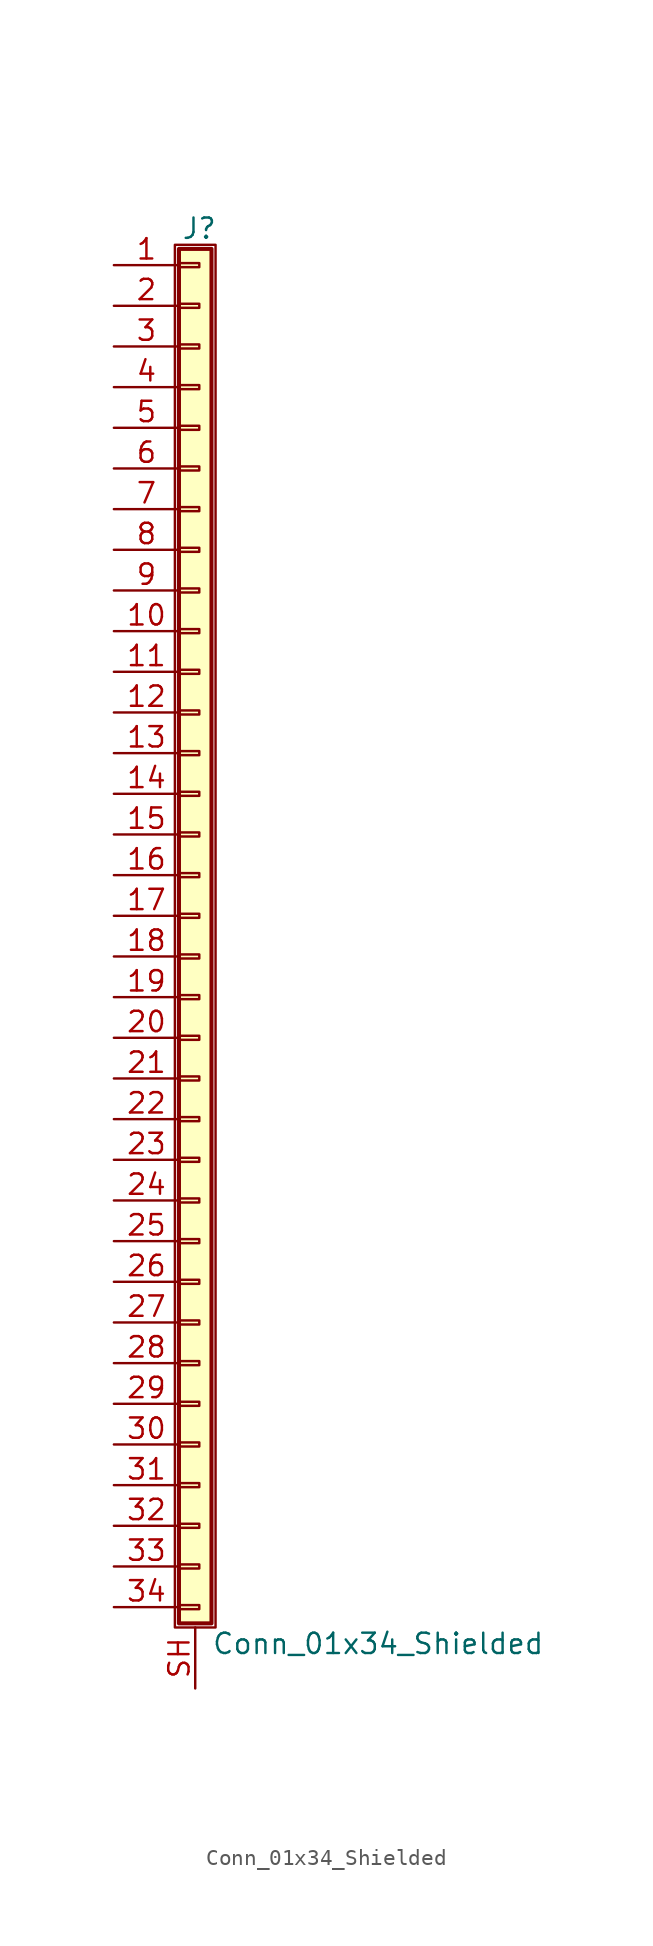
<source format=kicad_sym>
(kicad_symbol_lib
  (version 20220914)
  (generator kicad_symbol_editor)
  (symbol "Conn_01x34_Shielded"
    (pin_names
      (offset 1.016) hide)
    (property "Reference" "J"
      (at 0.254 42.926 0)
      (effects (font (size 1.27 1.27))))
    (property "Value" "Conn_01x34_Shielded"
      (at 1.016 -45.466 0)
      (effects (font (size 1.27 1.27)) (justify left)))
    (symbol "Conn_01x34_Shielded_1_1"
      (rectangle (start -1.27 41.91) (end 1.27 -44.45) (stroke (width 0.152) (type default)) (fill (type none)))
      (rectangle (start -1.016 -43.053) (end 0.254 -43.307) (stroke (width 0.152) (type default)) (fill (type none)))
      (rectangle (start -1.016 -40.513) (end 0.254 -40.767) (stroke (width 0.152) (type default)) (fill (type none)))
      (rectangle (start -1.016 -37.973) (end 0.254 -38.227) (stroke (width 0.152) (type default)) (fill (type none)))
      (rectangle (start -1.016 -35.433) (end 0.254 -35.687) (stroke (width 0.152) (type default)) (fill (type none)))
      (rectangle (start -1.016 -32.893) (end 0.254 -33.147) (stroke (width 0.152) (type default)) (fill (type none)))
      (rectangle (start -1.016 -30.353) (end 0.254 -30.607) (stroke (width 0.152) (type default)) (fill (type none)))
      (rectangle (start -1.016 -27.813) (end 0.254 -28.067) (stroke (width 0.152) (type default)) (fill (type none)))
      (rectangle (start -1.016 -25.273) (end 0.254 -25.527) (stroke (width 0.152) (type default)) (fill (type none)))
      (rectangle (start -1.016 -22.733) (end 0.254 -22.987) (stroke (width 0.152) (type default)) (fill (type none)))
      (rectangle (start -1.016 -20.193) (end 0.254 -20.447) (stroke (width 0.152) (type default)) (fill (type none)))
      (rectangle (start -1.016 -17.653) (end 0.254 -17.907) (stroke (width 0.152) (type default)) (fill (type none)))
      (rectangle (start -1.016 -15.113) (end 0.254 -15.367) (stroke (width 0.152) (type default)) (fill (type none)))
      (rectangle (start -1.016 -12.573) (end 0.254 -12.827) (stroke (width 0.152) (type default)) (fill (type none)))
      (rectangle (start -1.016 -10.033) (end 0.254 -10.287) (stroke (width 0.152) (type default)) (fill (type none)))
      (rectangle (start -1.016 -7.493) (end 0.254 -7.747) (stroke (width 0.152) (type default)) (fill (type none)))
      (rectangle (start -1.016 -4.953) (end 0.254 -5.207) (stroke (width 0.152) (type default)) (fill (type none)))
      (rectangle (start -1.016 -2.413) (end 0.254 -2.667) (stroke (width 0.152) (type default)) (fill (type none)))
      (rectangle (start -1.016 0.127) (end 0.254 -0.127) (stroke (width 0.152) (type default)) (fill (type none)))
      (rectangle (start -1.016 2.667) (end 0.254 2.413) (stroke (width 0.152) (type default)) (fill (type none)))
      (rectangle (start -1.016 5.207) (end 0.254 4.953) (stroke (width 0.152) (type default)) (fill (type none)))
      (rectangle (start -1.016 7.747) (end 0.254 7.493) (stroke (width 0.152) (type default)) (fill (type none)))
      (rectangle (start -1.016 10.287) (end 0.254 10.033) (stroke (width 0.152) (type default)) (fill (type none)))
      (rectangle (start -1.016 12.827) (end 0.254 12.573) (stroke (width 0.152) (type default)) (fill (type none)))
      (rectangle (start -1.016 15.367) (end 0.254 15.113) (stroke (width 0.152) (type default)) (fill (type none)))
      (rectangle (start -1.016 17.907) (end 0.254 17.653) (stroke (width 0.152) (type default)) (fill (type none)))
      (rectangle (start -1.016 20.447) (end 0.254 20.193) (stroke (width 0.152) (type default)) (fill (type none)))
      (rectangle (start -1.016 22.987) (end 0.254 22.733) (stroke (width 0.152) (type default)) (fill (type none)))
      (rectangle (start -1.016 25.527) (end 0.254 25.273) (stroke (width 0.152) (type default)) (fill (type none)))
      (rectangle (start -1.016 28.067) (end 0.254 27.813) (stroke (width 0.152) (type default)) (fill (type none)))
      (rectangle (start -1.016 30.607) (end 0.254 30.353) (stroke (width 0.152) (type default)) (fill (type none)))
      (rectangle (start -1.016 33.147) (end 0.254 32.893) (stroke (width 0.152) (type default)) (fill (type none)))
      (rectangle (start -1.016 35.687) (end 0.254 35.433) (stroke (width 0.152) (type default)) (fill (type none)))
      (rectangle (start -1.016 38.227) (end 0.254 37.973) (stroke (width 0.152) (type default)) (fill (type none)))
      (rectangle (start -1.016 40.767) (end 0.254 40.513) (stroke (width 0.152) (type default)) (fill (type none)))
      (rectangle (start -1.016 41.656) (end 1.016 -44.196) (stroke (width 0.254) (type default)) (fill (type background)))
      (pin passive line (at -5.08 40.64 0) (length 4.064) (name "Pin_1" (effects (font (size 1.27 1.27)))) (number "1" (effects (font (size 1.27 1.27)))))
      (pin passive line (at -5.08 17.78 0) (length 4.064) (name "Pin_10" (effects (font (size 1.27 1.27)))) (number "10" (effects (font (size 1.27 1.27)))))
      (pin passive line (at -5.08 15.24 0) (length 4.064) (name "Pin_11" (effects (font (size 1.27 1.27)))) (number "11" (effects (font (size 1.27 1.27)))))
      (pin passive line (at -5.08 12.7 0) (length 4.064) (name "Pin_12" (effects (font (size 1.27 1.27)))) (number "12" (effects (font (size 1.27 1.27)))))
      (pin passive line (at -5.08 10.16 0) (length 4.064) (name "Pin_13" (effects (font (size 1.27 1.27)))) (number "13" (effects (font (size 1.27 1.27)))))
      (pin passive line (at -5.08 7.62 0) (length 4.064) (name "Pin_14" (effects (font (size 1.27 1.27)))) (number "14" (effects (font (size 1.27 1.27)))))
      (pin passive line (at -5.08 5.08 0) (length 4.064) (name "Pin_15" (effects (font (size 1.27 1.27)))) (number "15" (effects (font (size 1.27 1.27)))))
      (pin passive line (at -5.08 2.54 0) (length 4.064) (name "Pin_16" (effects (font (size 1.27 1.27)))) (number "16" (effects (font (size 1.27 1.27)))))
      (pin passive line (at -5.08 0 0) (length 4.064) (name "Pin_17" (effects (font (size 1.27 1.27)))) (number "17" (effects (font (size 1.27 1.27)))))
      (pin passive line (at -5.08 -2.54 0) (length 4.064) (name "Pin_18" (effects (font (size 1.27 1.27)))) (number "18" (effects (font (size 1.27 1.27)))))
      (pin passive line (at -5.08 -5.08 0) (length 4.064) (name "Pin_19" (effects (font (size 1.27 1.27)))) (number "19" (effects (font (size 1.27 1.27)))))
      (pin passive line (at -5.08 38.1 0) (length 4.064) (name "Pin_2" (effects (font (size 1.27 1.27)))) (number "2" (effects (font (size 1.27 1.27)))))
      (pin passive line (at -5.08 -7.62 0) (length 4.064) (name "Pin_20" (effects (font (size 1.27 1.27)))) (number "20" (effects (font (size 1.27 1.27)))))
      (pin passive line (at -5.08 -10.16 0) (length 4.064) (name "Pin_21" (effects (font (size 1.27 1.27)))) (number "21" (effects (font (size 1.27 1.27)))))
      (pin passive line (at -5.08 -12.7 0) (length 4.064) (name "Pin_22" (effects (font (size 1.27 1.27)))) (number "22" (effects (font (size 1.27 1.27)))))
      (pin passive line (at -5.08 -15.24 0) (length 4.064) (name "Pin_23" (effects (font (size 1.27 1.27)))) (number "23" (effects (font (size 1.27 1.27)))))
      (pin passive line (at -5.08 -17.78 0) (length 4.064) (name "Pin_24" (effects (font (size 1.27 1.27)))) (number "24" (effects (font (size 1.27 1.27)))))
      (pin passive line (at -5.08 -20.32 0) (length 4.064) (name "Pin_25" (effects (font (size 1.27 1.27)))) (number "25" (effects (font (size 1.27 1.27)))))
      (pin passive line (at -5.08 -22.86 0) (length 4.064) (name "Pin_26" (effects (font (size 1.27 1.27)))) (number "26" (effects (font (size 1.27 1.27)))))
      (pin passive line (at -5.08 -25.4 0) (length 4.064) (name "Pin_27" (effects (font (size 1.27 1.27)))) (number "27" (effects (font (size 1.27 1.27)))))
      (pin passive line (at -5.08 -27.94 0) (length 4.064) (name "Pin_28" (effects (font (size 1.27 1.27)))) (number "28" (effects (font (size 1.27 1.27)))))
      (pin passive line (at -5.08 -30.48 0) (length 4.064) (name "Pin_29" (effects (font (size 1.27 1.27)))) (number "29" (effects (font (size 1.27 1.27)))))
      (pin passive line (at -5.08 35.56 0) (length 4.064) (name "Pin_3" (effects (font (size 1.27 1.27)))) (number "3" (effects (font (size 1.27 1.27)))))
      (pin passive line (at -5.08 -33.02 0) (length 4.064) (name "Pin_30" (effects (font (size 1.27 1.27)))) (number "30" (effects (font (size 1.27 1.27)))))
      (pin passive line (at -5.08 -35.56 0) (length 4.064) (name "Pin_31" (effects (font (size 1.27 1.27)))) (number "31" (effects (font (size 1.27 1.27)))))
      (pin passive line (at -5.08 -38.1 0) (length 4.064) (name "Pin_32" (effects (font (size 1.27 1.27)))) (number "32" (effects (font (size 1.27 1.27)))))
      (pin passive line (at -5.08 -40.64 0) (length 4.064) (name "Pin_33" (effects (font (size 1.27 1.27)))) (number "33" (effects (font (size 1.27 1.27)))))
      (pin passive line (at -5.08 -43.18 0) (length 4.064) (name "Pin_34" (effects (font (size 1.27 1.27)))) (number "34" (effects (font (size 1.27 1.27)))))
      (pin passive line (at -5.08 33.02 0) (length 4.064) (name "Pin_4" (effects (font (size 1.27 1.27)))) (number "4" (effects (font (size 1.27 1.27)))))
      (pin passive line (at -5.08 30.48 0) (length 4.064) (name "Pin_5" (effects (font (size 1.27 1.27)))) (number "5" (effects (font (size 1.27 1.27)))))
      (pin passive line (at -5.08 27.94 0) (length 4.064) (name "Pin_6" (effects (font (size 1.27 1.27)))) (number "6" (effects (font (size 1.27 1.27)))))
      (pin passive line (at -5.08 25.4 0) (length 4.064) (name "Pin_7" (effects (font (size 1.27 1.27)))) (number "7" (effects (font (size 1.27 1.27)))))
      (pin passive line (at -5.08 22.86 0) (length 4.064) (name "Pin_8" (effects (font (size 1.27 1.27)))) (number "8" (effects (font (size 1.27 1.27)))))
      (pin passive line (at -5.08 20.32 0) (length 4.064) (name "Pin_9" (effects (font (size 1.27 1.27)))) (number "9" (effects (font (size 1.27 1.27)))))
      (pin passive line (at 0 -48.26 90) (length 3.81) (name "Shield" (effects (font (size 1.27 1.27)))) (number "SH" (effects (font (size 1.27 1.27))))))))
</source>
